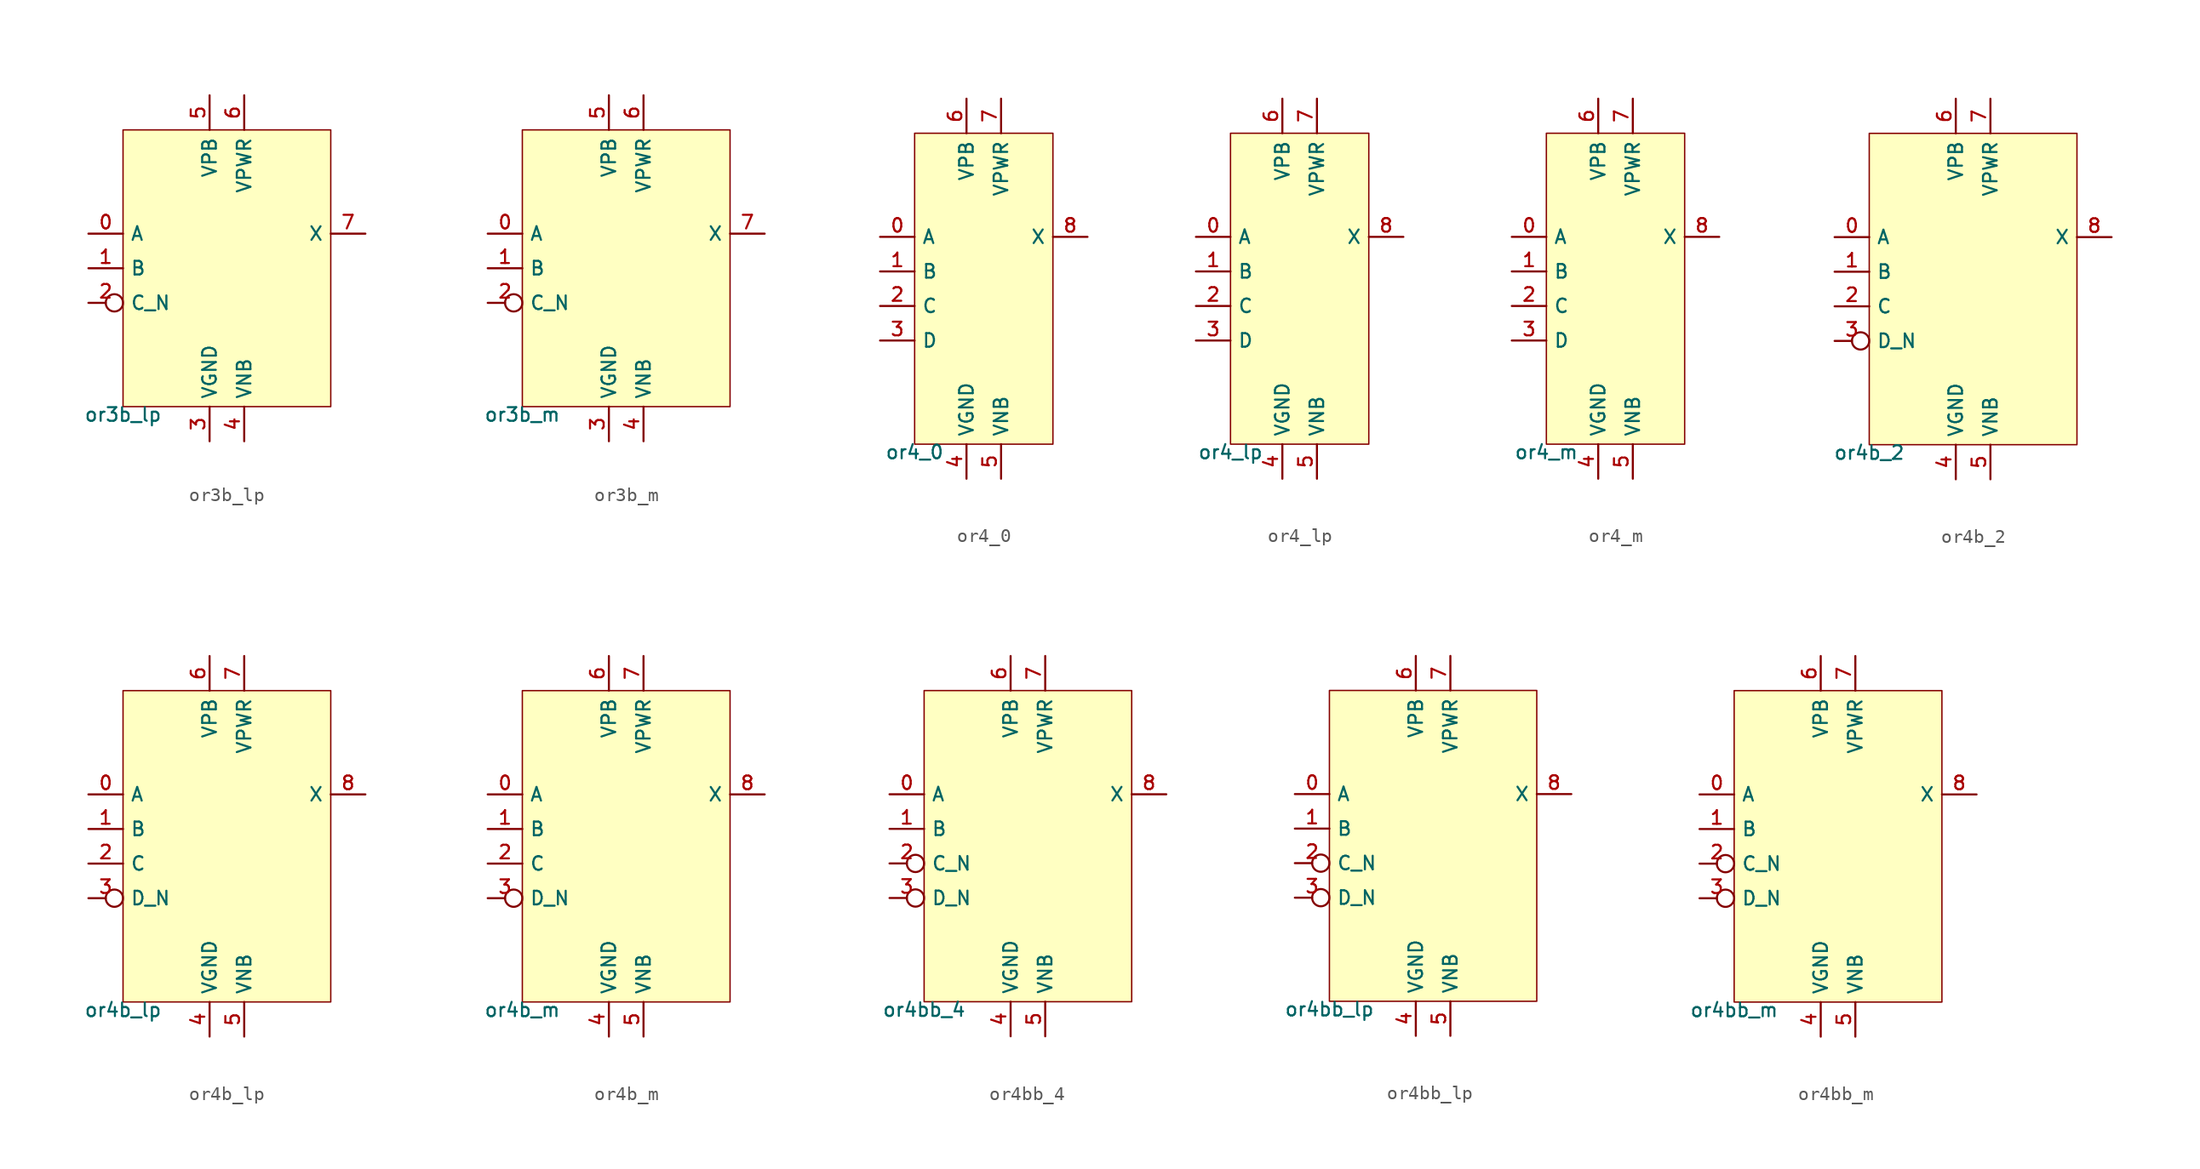
<source format=kicad_sym>
(kicad_symbol_lib
  (version 20211014)
  (generator pdk2kicad)
  (symbol "or3b_lp"
    (property "Reference" "X"
      (at 0 0 0)
      (effects (font (size 1 1)) hide))
    (property "Value" "or3b_lp"
      (at -7.62 -10.16 0)
      (effects (font (size 1 1)) (justify top)))
    (rectangle
      (start -7.62 -10.16)
      (end 7.62 10.16)
      (stroke (width 0.1) (type solid) (color 0 0 0 0))
      (fill (type background)))
    (pin input line
      (at -10.16 2.54 0)
      (length 2.54)
      (name "A" (effects (font (size 1 1)) hide))
      (number "0" (effects (font (size 1 1)) hide)))
    (pin input line
      (at -10.16 0.0 0)
      (length 2.54)
      (name "B" (effects (font (size 1 1)) hide))
      (number "1" (effects (font (size 1 1)) hide)))
    (pin input inverted
      (at -10.16 -2.54 0)
      (length 2.54)
      (name "C_N" (effects (font (size 1 1)) hide))
      (number "2" (effects (font (size 1 1)) hide)))
    (pin power_in line
      (at -1.27 -12.7 90)
      (length 2.54)
      (name "VGND" (effects (font (size 1 1)) hide))
      (number "3" (effects (font (size 1 1)) hide)))
    (pin power_in line
      (at 1.27 -12.7 90)
      (length 2.54)
      (name "VNB" (effects (font (size 1 1)) hide))
      (number "4" (effects (font (size 1 1)) hide)))
    (pin power_in line
      (at -1.27 12.7 270)
      (length 2.54)
      (name "VPB" (effects (font (size 1 1)) hide))
      (number "5" (effects (font (size 1 1)) hide)))
    (pin power_in line
      (at 1.27 12.7 270)
      (length 2.54)
      (name "VPWR" (effects (font (size 1 1)) hide))
      (number "6" (effects (font (size 1 1)) hide)))
    (pin output line
      (at 10.16 2.54 180)
      (length 2.54)
      (name "X" (effects (font (size 1 1)) hide))
      (number "7" (effects (font (size 1 1)) hide))))
  (symbol "or3b_m"
    (property "Reference" "X"
      (at 0 0 0)
      (effects (font (size 1 1)) hide))
    (property "Value" "or3b_m"
      (at -7.62 -10.16 0)
      (effects (font (size 1 1)) (justify top)))
    (rectangle
      (start -7.62 -10.16)
      (end 7.62 10.16)
      (stroke (width 0.1) (type solid) (color 0 0 0 0))
      (fill (type background)))
    (pin input line
      (at -10.16 2.54 0)
      (length 2.54)
      (name "A" (effects (font (size 1 1)) hide))
      (number "0" (effects (font (size 1 1)) hide)))
    (pin input line
      (at -10.16 0.0 0)
      (length 2.54)
      (name "B" (effects (font (size 1 1)) hide))
      (number "1" (effects (font (size 1 1)) hide)))
    (pin input inverted
      (at -10.16 -2.54 0)
      (length 2.54)
      (name "C_N" (effects (font (size 1 1)) hide))
      (number "2" (effects (font (size 1 1)) hide)))
    (pin power_in line
      (at -1.27 -12.7 90)
      (length 2.54)
      (name "VGND" (effects (font (size 1 1)) hide))
      (number "3" (effects (font (size 1 1)) hide)))
    (pin power_in line
      (at 1.27 -12.7 90)
      (length 2.54)
      (name "VNB" (effects (font (size 1 1)) hide))
      (number "4" (effects (font (size 1 1)) hide)))
    (pin power_in line
      (at -1.27 12.7 270)
      (length 2.54)
      (name "VPB" (effects (font (size 1 1)) hide))
      (number "5" (effects (font (size 1 1)) hide)))
    (pin power_in line
      (at 1.27 12.7 270)
      (length 2.54)
      (name "VPWR" (effects (font (size 1 1)) hide))
      (number "6" (effects (font (size 1 1)) hide)))
    (pin output line
      (at 10.16 2.54 180)
      (length 2.54)
      (name "X" (effects (font (size 1 1)) hide))
      (number "7" (effects (font (size 1 1)) hide))))
  (symbol "or4_0"
    (property "Reference" "X"
      (at 0 0 0)
      (effects (font (size 1 1)) hide))
    (property "Value" "or4_0"
      (at -5.08 -11.43 0)
      (effects (font (size 1 1)) (justify top)))
    (rectangle
      (start -5.08 -11.43)
      (end 5.08 11.43)
      (stroke (width 0.1) (type solid) (color 0 0 0 0))
      (fill (type background)))
    (pin input line
      (at -7.62 3.81 0)
      (length 2.54)
      (name "A" (effects (font (size 1 1)) hide))
      (number "0" (effects (font (size 1 1)) hide)))
    (pin input line
      (at -7.62 1.27 0)
      (length 2.54)
      (name "B" (effects (font (size 1 1)) hide))
      (number "1" (effects (font (size 1 1)) hide)))
    (pin input line
      (at -7.62 -1.27 0)
      (length 2.54)
      (name "C" (effects (font (size 1 1)) hide))
      (number "2" (effects (font (size 1 1)) hide)))
    (pin input line
      (at -7.62 -3.81 0)
      (length 2.54)
      (name "D" (effects (font (size 1 1)) hide))
      (number "3" (effects (font (size 1 1)) hide)))
    (pin power_in line
      (at -1.27 -13.97 90)
      (length 2.54)
      (name "VGND" (effects (font (size 1 1)) hide))
      (number "4" (effects (font (size 1 1)) hide)))
    (pin power_in line
      (at 1.27 -13.97 90)
      (length 2.54)
      (name "VNB" (effects (font (size 1 1)) hide))
      (number "5" (effects (font (size 1 1)) hide)))
    (pin power_in line
      (at -1.27 13.97 270)
      (length 2.54)
      (name "VPB" (effects (font (size 1 1)) hide))
      (number "6" (effects (font (size 1 1)) hide)))
    (pin power_in line
      (at 1.27 13.97 270)
      (length 2.54)
      (name "VPWR" (effects (font (size 1 1)) hide))
      (number "7" (effects (font (size 1 1)) hide)))
    (pin output line
      (at 7.62 3.81 180)
      (length 2.54)
      (name "X" (effects (font (size 1 1)) hide))
      (number "8" (effects (font (size 1 1)) hide))))
  (symbol "or4_lp"
    (property "Reference" "X"
      (at 0 0 0)
      (effects (font (size 1 1)) hide))
    (property "Value" "or4_lp"
      (at -5.08 -11.43 0)
      (effects (font (size 1 1)) (justify top)))
    (rectangle
      (start -5.08 -11.43)
      (end 5.08 11.43)
      (stroke (width 0.1) (type solid) (color 0 0 0 0))
      (fill (type background)))
    (pin input line
      (at -7.62 3.81 0)
      (length 2.54)
      (name "A" (effects (font (size 1 1)) hide))
      (number "0" (effects (font (size 1 1)) hide)))
    (pin input line
      (at -7.62 1.27 0)
      (length 2.54)
      (name "B" (effects (font (size 1 1)) hide))
      (number "1" (effects (font (size 1 1)) hide)))
    (pin input line
      (at -7.62 -1.27 0)
      (length 2.54)
      (name "C" (effects (font (size 1 1)) hide))
      (number "2" (effects (font (size 1 1)) hide)))
    (pin input line
      (at -7.62 -3.81 0)
      (length 2.54)
      (name "D" (effects (font (size 1 1)) hide))
      (number "3" (effects (font (size 1 1)) hide)))
    (pin power_in line
      (at -1.27 -13.97 90)
      (length 2.54)
      (name "VGND" (effects (font (size 1 1)) hide))
      (number "4" (effects (font (size 1 1)) hide)))
    (pin power_in line
      (at 1.27 -13.97 90)
      (length 2.54)
      (name "VNB" (effects (font (size 1 1)) hide))
      (number "5" (effects (font (size 1 1)) hide)))
    (pin power_in line
      (at -1.27 13.97 270)
      (length 2.54)
      (name "VPB" (effects (font (size 1 1)) hide))
      (number "6" (effects (font (size 1 1)) hide)))
    (pin power_in line
      (at 1.27 13.97 270)
      (length 2.54)
      (name "VPWR" (effects (font (size 1 1)) hide))
      (number "7" (effects (font (size 1 1)) hide)))
    (pin output line
      (at 7.62 3.81 180)
      (length 2.54)
      (name "X" (effects (font (size 1 1)) hide))
      (number "8" (effects (font (size 1 1)) hide))))
  (symbol "or4_m"
    (property "Reference" "X"
      (at 0 0 0)
      (effects (font (size 1 1)) hide))
    (property "Value" "or4_m"
      (at -5.08 -11.43 0)
      (effects (font (size 1 1)) (justify top)))
    (rectangle
      (start -5.08 -11.43)
      (end 5.08 11.43)
      (stroke (width 0.1) (type solid) (color 0 0 0 0))
      (fill (type background)))
    (pin input line
      (at -7.62 3.81 0)
      (length 2.54)
      (name "A" (effects (font (size 1 1)) hide))
      (number "0" (effects (font (size 1 1)) hide)))
    (pin input line
      (at -7.62 1.27 0)
      (length 2.54)
      (name "B" (effects (font (size 1 1)) hide))
      (number "1" (effects (font (size 1 1)) hide)))
    (pin input line
      (at -7.62 -1.27 0)
      (length 2.54)
      (name "C" (effects (font (size 1 1)) hide))
      (number "2" (effects (font (size 1 1)) hide)))
    (pin input line
      (at -7.62 -3.81 0)
      (length 2.54)
      (name "D" (effects (font (size 1 1)) hide))
      (number "3" (effects (font (size 1 1)) hide)))
    (pin power_in line
      (at -1.27 -13.97 90)
      (length 2.54)
      (name "VGND" (effects (font (size 1 1)) hide))
      (number "4" (effects (font (size 1 1)) hide)))
    (pin power_in line
      (at 1.27 -13.97 90)
      (length 2.54)
      (name "VNB" (effects (font (size 1 1)) hide))
      (number "5" (effects (font (size 1 1)) hide)))
    (pin power_in line
      (at -1.27 13.97 270)
      (length 2.54)
      (name "VPB" (effects (font (size 1 1)) hide))
      (number "6" (effects (font (size 1 1)) hide)))
    (pin power_in line
      (at 1.27 13.97 270)
      (length 2.54)
      (name "VPWR" (effects (font (size 1 1)) hide))
      (number "7" (effects (font (size 1 1)) hide)))
    (pin output line
      (at 7.62 3.81 180)
      (length 2.54)
      (name "X" (effects (font (size 1 1)) hide))
      (number "8" (effects (font (size 1 1)) hide))))
  (symbol "or4b_2"
    (property "Reference" "X"
      (at 0 0 0)
      (effects (font (size 1 1)) hide))
    (property "Value" "or4b_2"
      (at -7.62 -11.43 0)
      (effects (font (size 1 1)) (justify top)))
    (rectangle
      (start -7.62 -11.43)
      (end 7.62 11.43)
      (stroke (width 0.1) (type solid) (color 0 0 0 0))
      (fill (type background)))
    (pin input line
      (at -10.16 3.81 0)
      (length 2.54)
      (name "A" (effects (font (size 1 1)) hide))
      (number "0" (effects (font (size 1 1)) hide)))
    (pin input line
      (at -10.16 1.27 0)
      (length 2.54)
      (name "B" (effects (font (size 1 1)) hide))
      (number "1" (effects (font (size 1 1)) hide)))
    (pin input line
      (at -10.16 -1.27 0)
      (length 2.54)
      (name "C" (effects (font (size 1 1)) hide))
      (number "2" (effects (font (size 1 1)) hide)))
    (pin input inverted
      (at -10.16 -3.81 0)
      (length 2.54)
      (name "D_N" (effects (font (size 1 1)) hide))
      (number "3" (effects (font (size 1 1)) hide)))
    (pin power_in line
      (at -1.27 -13.97 90)
      (length 2.54)
      (name "VGND" (effects (font (size 1 1)) hide))
      (number "4" (effects (font (size 1 1)) hide)))
    (pin power_in line
      (at 1.27 -13.97 90)
      (length 2.54)
      (name "VNB" (effects (font (size 1 1)) hide))
      (number "5" (effects (font (size 1 1)) hide)))
    (pin power_in line
      (at -1.27 13.97 270)
      (length 2.54)
      (name "VPB" (effects (font (size 1 1)) hide))
      (number "6" (effects (font (size 1 1)) hide)))
    (pin power_in line
      (at 1.27 13.97 270)
      (length 2.54)
      (name "VPWR" (effects (font (size 1 1)) hide))
      (number "7" (effects (font (size 1 1)) hide)))
    (pin output line
      (at 10.16 3.81 180)
      (length 2.54)
      (name "X" (effects (font (size 1 1)) hide))
      (number "8" (effects (font (size 1 1)) hide))))
  (symbol "or4b_lp"
    (property "Reference" "X"
      (at 0 0 0)
      (effects (font (size 1 1)) hide))
    (property "Value" "or4b_lp"
      (at -7.62 -11.43 0)
      (effects (font (size 1 1)) (justify top)))
    (rectangle
      (start -7.62 -11.43)
      (end 7.62 11.43)
      (stroke (width 0.1) (type solid) (color 0 0 0 0))
      (fill (type background)))
    (pin input line
      (at -10.16 3.81 0)
      (length 2.54)
      (name "A" (effects (font (size 1 1)) hide))
      (number "0" (effects (font (size 1 1)) hide)))
    (pin input line
      (at -10.16 1.27 0)
      (length 2.54)
      (name "B" (effects (font (size 1 1)) hide))
      (number "1" (effects (font (size 1 1)) hide)))
    (pin input line
      (at -10.16 -1.27 0)
      (length 2.54)
      (name "C" (effects (font (size 1 1)) hide))
      (number "2" (effects (font (size 1 1)) hide)))
    (pin input inverted
      (at -10.16 -3.81 0)
      (length 2.54)
      (name "D_N" (effects (font (size 1 1)) hide))
      (number "3" (effects (font (size 1 1)) hide)))
    (pin power_in line
      (at -1.27 -13.97 90)
      (length 2.54)
      (name "VGND" (effects (font (size 1 1)) hide))
      (number "4" (effects (font (size 1 1)) hide)))
    (pin power_in line
      (at 1.27 -13.97 90)
      (length 2.54)
      (name "VNB" (effects (font (size 1 1)) hide))
      (number "5" (effects (font (size 1 1)) hide)))
    (pin power_in line
      (at -1.27 13.97 270)
      (length 2.54)
      (name "VPB" (effects (font (size 1 1)) hide))
      (number "6" (effects (font (size 1 1)) hide)))
    (pin power_in line
      (at 1.27 13.97 270)
      (length 2.54)
      (name "VPWR" (effects (font (size 1 1)) hide))
      (number "7" (effects (font (size 1 1)) hide)))
    (pin output line
      (at 10.16 3.81 180)
      (length 2.54)
      (name "X" (effects (font (size 1 1)) hide))
      (number "8" (effects (font (size 1 1)) hide))))
  (symbol "or4b_m"
    (property "Reference" "X"
      (at 0 0 0)
      (effects (font (size 1 1)) hide))
    (property "Value" "or4b_m"
      (at -7.62 -11.43 0)
      (effects (font (size 1 1)) (justify top)))
    (rectangle
      (start -7.62 -11.43)
      (end 7.62 11.43)
      (stroke (width 0.1) (type solid) (color 0 0 0 0))
      (fill (type background)))
    (pin input line
      (at -10.16 3.81 0)
      (length 2.54)
      (name "A" (effects (font (size 1 1)) hide))
      (number "0" (effects (font (size 1 1)) hide)))
    (pin input line
      (at -10.16 1.27 0)
      (length 2.54)
      (name "B" (effects (font (size 1 1)) hide))
      (number "1" (effects (font (size 1 1)) hide)))
    (pin input line
      (at -10.16 -1.27 0)
      (length 2.54)
      (name "C" (effects (font (size 1 1)) hide))
      (number "2" (effects (font (size 1 1)) hide)))
    (pin input inverted
      (at -10.16 -3.81 0)
      (length 2.54)
      (name "D_N" (effects (font (size 1 1)) hide))
      (number "3" (effects (font (size 1 1)) hide)))
    (pin power_in line
      (at -1.27 -13.97 90)
      (length 2.54)
      (name "VGND" (effects (font (size 1 1)) hide))
      (number "4" (effects (font (size 1 1)) hide)))
    (pin power_in line
      (at 1.27 -13.97 90)
      (length 2.54)
      (name "VNB" (effects (font (size 1 1)) hide))
      (number "5" (effects (font (size 1 1)) hide)))
    (pin power_in line
      (at -1.27 13.97 270)
      (length 2.54)
      (name "VPB" (effects (font (size 1 1)) hide))
      (number "6" (effects (font (size 1 1)) hide)))
    (pin power_in line
      (at 1.27 13.97 270)
      (length 2.54)
      (name "VPWR" (effects (font (size 1 1)) hide))
      (number "7" (effects (font (size 1 1)) hide)))
    (pin output line
      (at 10.16 3.81 180)
      (length 2.54)
      (name "X" (effects (font (size 1 1)) hide))
      (number "8" (effects (font (size 1 1)) hide))))
  (symbol "or4bb_4"
    (property "Reference" "X"
      (at 0 0 0)
      (effects (font (size 1 1)) hide))
    (property "Value" "or4bb_4"
      (at -7.62 -11.43 0)
      (effects (font (size 1 1)) (justify top)))
    (rectangle
      (start -7.62 -11.43)
      (end 7.62 11.43)
      (stroke (width 0.1) (type solid) (color 0 0 0 0))
      (fill (type background)))
    (pin input line
      (at -10.16 3.81 0)
      (length 2.54)
      (name "A" (effects (font (size 1 1)) hide))
      (number "0" (effects (font (size 1 1)) hide)))
    (pin input line
      (at -10.16 1.27 0)
      (length 2.54)
      (name "B" (effects (font (size 1 1)) hide))
      (number "1" (effects (font (size 1 1)) hide)))
    (pin input inverted
      (at -10.16 -1.27 0)
      (length 2.54)
      (name "C_N" (effects (font (size 1 1)) hide))
      (number "2" (effects (font (size 1 1)) hide)))
    (pin input inverted
      (at -10.16 -3.81 0)
      (length 2.54)
      (name "D_N" (effects (font (size 1 1)) hide))
      (number "3" (effects (font (size 1 1)) hide)))
    (pin power_in line
      (at -1.27 -13.97 90)
      (length 2.54)
      (name "VGND" (effects (font (size 1 1)) hide))
      (number "4" (effects (font (size 1 1)) hide)))
    (pin power_in line
      (at 1.27 -13.97 90)
      (length 2.54)
      (name "VNB" (effects (font (size 1 1)) hide))
      (number "5" (effects (font (size 1 1)) hide)))
    (pin power_in line
      (at -1.27 13.97 270)
      (length 2.54)
      (name "VPB" (effects (font (size 1 1)) hide))
      (number "6" (effects (font (size 1 1)) hide)))
    (pin power_in line
      (at 1.27 13.97 270)
      (length 2.54)
      (name "VPWR" (effects (font (size 1 1)) hide))
      (number "7" (effects (font (size 1 1)) hide)))
    (pin output line
      (at 10.16 3.81 180)
      (length 2.54)
      (name "X" (effects (font (size 1 1)) hide))
      (number "8" (effects (font (size 1 1)) hide))))
  (symbol "or4bb_lp"
    (property "Reference" "X"
      (at 0 0 0)
      (effects (font (size 1 1)) hide))
    (property "Value" "or4bb_lp"
      (at -7.62 -11.43 0)
      (effects (font (size 1 1)) (justify top)))
    (rectangle
      (start -7.62 -11.43)
      (end 7.62 11.43)
      (stroke (width 0.1) (type solid) (color 0 0 0 0))
      (fill (type background)))
    (pin input line
      (at -10.16 3.81 0)
      (length 2.54)
      (name "A" (effects (font (size 1 1)) hide))
      (number "0" (effects (font (size 1 1)) hide)))
    (pin input line
      (at -10.16 1.27 0)
      (length 2.54)
      (name "B" (effects (font (size 1 1)) hide))
      (number "1" (effects (font (size 1 1)) hide)))
    (pin input inverted
      (at -10.16 -1.27 0)
      (length 2.54)
      (name "C_N" (effects (font (size 1 1)) hide))
      (number "2" (effects (font (size 1 1)) hide)))
    (pin input inverted
      (at -10.16 -3.81 0)
      (length 2.54)
      (name "D_N" (effects (font (size 1 1)) hide))
      (number "3" (effects (font (size 1 1)) hide)))
    (pin power_in line
      (at -1.27 -13.97 90)
      (length 2.54)
      (name "VGND" (effects (font (size 1 1)) hide))
      (number "4" (effects (font (size 1 1)) hide)))
    (pin power_in line
      (at 1.27 -13.97 90)
      (length 2.54)
      (name "VNB" (effects (font (size 1 1)) hide))
      (number "5" (effects (font (size 1 1)) hide)))
    (pin power_in line
      (at -1.27 13.97 270)
      (length 2.54)
      (name "VPB" (effects (font (size 1 1)) hide))
      (number "6" (effects (font (size 1 1)) hide)))
    (pin power_in line
      (at 1.27 13.97 270)
      (length 2.54)
      (name "VPWR" (effects (font (size 1 1)) hide))
      (number "7" (effects (font (size 1 1)) hide)))
    (pin output line
      (at 10.16 3.81 180)
      (length 2.54)
      (name "X" (effects (font (size 1 1)) hide))
      (number "8" (effects (font (size 1 1)) hide))))
  (symbol "or4bb_m"
    (property "Reference" "X"
      (at 0 0 0)
      (effects (font (size 1 1)) hide))
    (property "Value" "or4bb_m"
      (at -7.62 -11.43 0)
      (effects (font (size 1 1)) (justify top)))
    (rectangle
      (start -7.62 -11.43)
      (end 7.62 11.43)
      (stroke (width 0.1) (type solid) (color 0 0 0 0))
      (fill (type background)))
    (pin input line
      (at -10.16 3.81 0)
      (length 2.54)
      (name "A" (effects (font (size 1 1)) hide))
      (number "0" (effects (font (size 1 1)) hide)))
    (pin input line
      (at -10.16 1.27 0)
      (length 2.54)
      (name "B" (effects (font (size 1 1)) hide))
      (number "1" (effects (font (size 1 1)) hide)))
    (pin input inverted
      (at -10.16 -1.27 0)
      (length 2.54)
      (name "C_N" (effects (font (size 1 1)) hide))
      (number "2" (effects (font (size 1 1)) hide)))
    (pin input inverted
      (at -10.16 -3.81 0)
      (length 2.54)
      (name "D_N" (effects (font (size 1 1)) hide))
      (number "3" (effects (font (size 1 1)) hide)))
    (pin power_in line
      (at -1.27 -13.97 90)
      (length 2.54)
      (name "VGND" (effects (font (size 1 1)) hide))
      (number "4" (effects (font (size 1 1)) hide)))
    (pin power_in line
      (at 1.27 -13.97 90)
      (length 2.54)
      (name "VNB" (effects (font (size 1 1)) hide))
      (number "5" (effects (font (size 1 1)) hide)))
    (pin power_in line
      (at -1.27 13.97 270)
      (length 2.54)
      (name "VPB" (effects (font (size 1 1)) hide))
      (number "6" (effects (font (size 1 1)) hide)))
    (pin power_in line
      (at 1.27 13.97 270)
      (length 2.54)
      (name "VPWR" (effects (font (size 1 1)) hide))
      (number "7" (effects (font (size 1 1)) hide)))
    (pin output line
      (at 10.16 3.81 180)
      (length 2.54)
      (name "X" (effects (font (size 1 1)) hide))
      (number "8" (effects (font (size 1 1)) hide)))))
</source>
